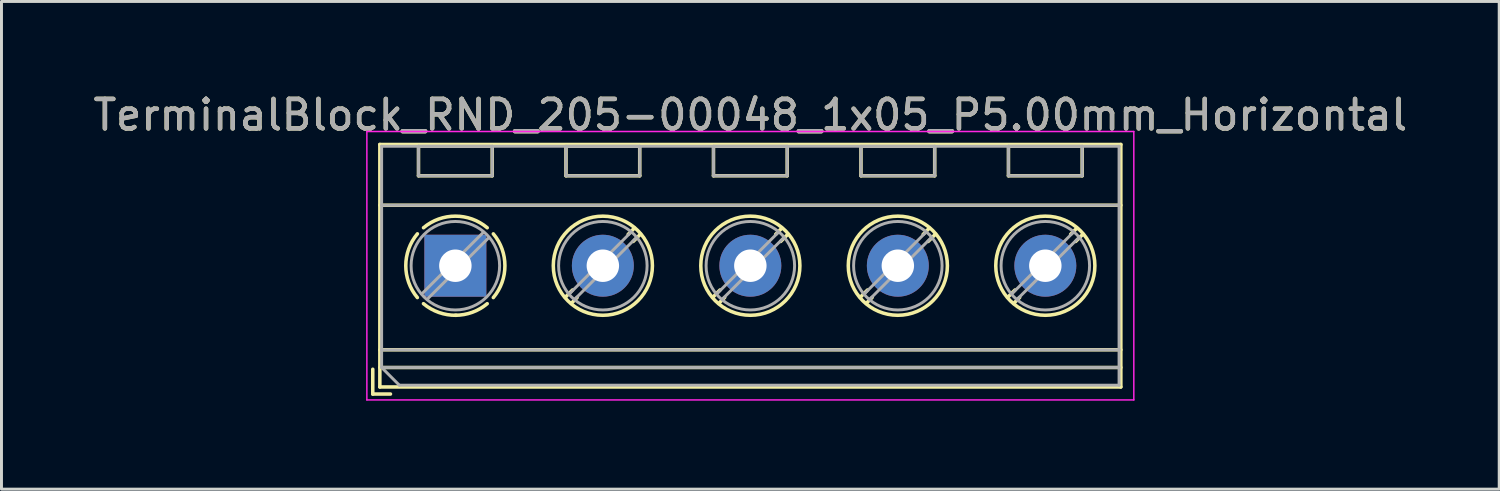
<source format=kicad_pcb>
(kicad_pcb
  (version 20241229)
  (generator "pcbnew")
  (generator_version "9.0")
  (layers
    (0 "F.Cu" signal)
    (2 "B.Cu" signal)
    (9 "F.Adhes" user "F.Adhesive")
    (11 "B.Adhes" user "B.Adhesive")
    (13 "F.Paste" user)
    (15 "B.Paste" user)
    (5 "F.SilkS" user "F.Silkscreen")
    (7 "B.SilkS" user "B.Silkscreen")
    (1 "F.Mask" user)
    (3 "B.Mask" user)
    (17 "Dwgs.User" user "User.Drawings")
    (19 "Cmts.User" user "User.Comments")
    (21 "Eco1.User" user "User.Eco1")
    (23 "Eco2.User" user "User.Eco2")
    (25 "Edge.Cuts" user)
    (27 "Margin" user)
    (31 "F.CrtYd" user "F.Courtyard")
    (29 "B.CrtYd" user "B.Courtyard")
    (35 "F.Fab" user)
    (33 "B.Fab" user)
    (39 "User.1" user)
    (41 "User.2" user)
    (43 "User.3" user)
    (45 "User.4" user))
  (footprint "TerminalBlock_RND_205-00048_1x05_P5.00mm_Horizontal"
    (layer "F.Cu")
    (at 12.387 5.958)
    (property "Reference" "TerminalBlock_RND_205-00048_1x05_P5.00mm_Horizontal" (at 10 -5.11 0) (layer "F.SilkS") (effects (font (size 1 1) (thickness 0.15))))
    (attr through_hole)
    (fp_line (start -2.8 3.51) (end -2.8 4.35) (stroke (width 0.12) (type solid)) (layer "F.SilkS"))
    (fp_line (start -2.8 4.35) (end -2.2 4.35) (stroke (width 0.12) (type solid)) (layer "F.SilkS"))
    (fp_line (start -2.56 -4.11) (end -2.56 4.11) (stroke (width 0.12) (type solid)) (layer "F.SilkS"))
    (fp_line (start -2.56 -4.11) (end 22.56 -4.11) (stroke (width 0.12) (type solid)) (layer "F.SilkS"))
    (fp_line (start -2.56 -2.05) (end 22.56 -2.05) (stroke (width 0.12) (type solid)) (layer "F.SilkS"))
    (fp_line (start -2.56 2.85) (end 22.56 2.85) (stroke (width 0.12) (type solid)) (layer "F.SilkS"))
    (fp_line (start -2.56 3.45) (end 22.56 3.45) (stroke (width 0.12) (type solid)) (layer "F.SilkS"))
    (fp_line (start -2.56 4.11) (end 22.56 4.11) (stroke (width 0.12) (type solid)) (layer "F.SilkS"))
    (fp_line (start -1.25 -4.05) (end -1.25 -3.05) (stroke (width 0.12) (type solid)) (layer "F.SilkS"))
    (fp_line (start -1.25 -4.05) (end 1.25 -4.05) (stroke (width 0.12) (type solid)) (layer "F.SilkS"))
    (fp_line (start -1.25 -3.05) (end 1.25 -3.05) (stroke (width 0.12) (type solid)) (layer "F.SilkS"))
    (fp_line (start 1.25 -4.05) (end 1.25 -3.05) (stroke (width 0.12) (type solid)) (layer "F.SilkS"))
    (fp_line (start 3.75 -4.05) (end 3.75 -3.05) (stroke (width 0.12) (type solid)) (layer "F.SilkS"))
    (fp_line (start 3.75 -4.05) (end 6.25 -4.05) (stroke (width 0.12) (type solid)) (layer "F.SilkS"))
    (fp_line (start 3.75 -3.05) (end 6.25 -3.05) (stroke (width 0.12) (type solid)) (layer "F.SilkS"))
    (fp_line (start 3.972 0.823) (end 3.726 1.069) (stroke (width 0.12) (type solid)) (layer "F.SilkS"))
    (fp_line (start 4.13 1.075) (end 3.931 1.274) (stroke (width 0.12) (type solid)) (layer "F.SilkS"))
    (fp_line (start 6.07 -1.275) (end 5.859 -1.064) (stroke (width 0.12) (type solid)) (layer "F.SilkS"))
    (fp_line (start 6.25 -4.05) (end 6.25 -3.05) (stroke (width 0.12) (type solid)) (layer "F.SilkS"))
    (fp_line (start 6.275 -1.069) (end 6.029 -0.823) (stroke (width 0.12) (type solid)) (layer "F.SilkS"))
    (fp_line (start 8.75 -4.05) (end 8.75 -3.05) (stroke (width 0.12) (type solid)) (layer "F.SilkS"))
    (fp_line (start 8.75 -4.05) (end 11.25 -4.05) (stroke (width 0.12) (type solid)) (layer "F.SilkS"))
    (fp_line (start 8.75 -3.05) (end 11.25 -3.05) (stroke (width 0.12) (type solid)) (layer "F.SilkS"))
    (fp_line (start 8.972 0.823) (end 8.726 1.069) (stroke (width 0.12) (type solid)) (layer "F.SilkS"))
    (fp_line (start 9.13 1.075) (end 8.931 1.274) (stroke (width 0.12) (type solid)) (layer "F.SilkS"))
    (fp_line (start 11.07 -1.275) (end 10.859 -1.064) (stroke (width 0.12) (type solid)) (layer "F.SilkS"))
    (fp_line (start 11.25 -4.05) (end 11.25 -3.05) (stroke (width 0.12) (type solid)) (layer "F.SilkS"))
    (fp_line (start 11.275 -1.069) (end 11.029 -0.823) (stroke (width 0.12) (type solid)) (layer "F.SilkS"))
    (fp_line (start 13.75 -4.05) (end 13.75 -3.05) (stroke (width 0.12) (type solid)) (layer "F.SilkS"))
    (fp_line (start 13.75 -4.05) (end 16.25 -4.05) (stroke (width 0.12) (type solid)) (layer "F.SilkS"))
    (fp_line (start 13.75 -3.05) (end 16.25 -3.05) (stroke (width 0.12) (type solid)) (layer "F.SilkS"))
    (fp_line (start 13.972 0.823) (end 13.726 1.069) (stroke (width 0.12) (type solid)) (layer "F.SilkS"))
    (fp_line (start 14.13 1.075) (end 13.931 1.274) (stroke (width 0.12) (type solid)) (layer "F.SilkS"))
    (fp_line (start 16.07 -1.275) (end 15.859 -1.064) (stroke (width 0.12) (type solid)) (layer "F.SilkS"))
    (fp_line (start 16.25 -4.05) (end 16.25 -3.05) (stroke (width 0.12) (type solid)) (layer "F.SilkS"))
    (fp_line (start 16.275 -1.069) (end 16.029 -0.823) (stroke (width 0.12) (type solid)) (layer "F.SilkS"))
    (fp_line (start 18.75 -4.05) (end 18.75 -3.05) (stroke (width 0.12) (type solid)) (layer "F.SilkS"))
    (fp_line (start 18.75 -4.05) (end 21.25 -4.05) (stroke (width 0.12) (type solid)) (layer "F.SilkS"))
    (fp_line (start 18.75 -3.05) (end 21.25 -3.05) (stroke (width 0.12) (type solid)) (layer "F.SilkS"))
    (fp_line (start 18.972 0.823) (end 18.726 1.069) (stroke (width 0.12) (type solid)) (layer "F.SilkS"))
    (fp_line (start 19.13 1.075) (end 18.931 1.274) (stroke (width 0.12) (type solid)) (layer "F.SilkS"))
    (fp_line (start 21.07 -1.275) (end 20.859 -1.064) (stroke (width 0.12) (type solid)) (layer "F.SilkS"))
    (fp_line (start 21.25 -4.05) (end 21.25 -3.05) (stroke (width 0.12) (type solid)) (layer "F.SilkS"))
    (fp_line (start 21.275 -1.069) (end 21.029 -0.823) (stroke (width 0.12) (type solid)) (layer "F.SilkS"))
    (fp_line (start 22.56 -4.11) (end 22.56 4.11) (stroke (width 0.12) (type solid)) (layer "F.SilkS"))
    (fp_arc (start -1.288062 1.079734) (mid -1.680752 -0.000826) (end -1.287 -1.081) (stroke (width 0.12) (type solid)) (layer "F.SilkS"))
    (fp_arc (start -1.079908 -1.287078) (mid 0.00006 -1.68011) (end 1.08 -1.287) (stroke (width 0.12) (type solid)) (layer "F.SilkS"))
    (fp_arc (start 0.028507 1.680511) (mid -0.561826 1.584071) (end -1.081 1.287) (stroke (width 0.12) (type solid)) (layer "F.SilkS"))
    (fp_arc (start 1.079883 1.286955) (mid 0.574594 1.578684) (end 0 1.68) (stroke (width 0.12) (type solid)) (layer "F.SilkS"))
    (fp_arc (start 1.287078 -1.079908) (mid 1.68011 0.00006) (end 1.287 1.08) (stroke (width 0.12) (type solid)) (layer "F.SilkS"))
    (fp_circle (center 5 0) (end 6.68 0) (stroke (width 0.12) (type solid)) (fill no) (layer "F.SilkS"))
    (fp_circle (center 10 0) (end 11.68 0) (stroke (width 0.12) (type solid)) (fill no) (layer "F.SilkS"))
    (fp_circle (center 15 0) (end 16.68 0) (stroke (width 0.12) (type solid)) (fill no) (layer "F.SilkS"))
    (fp_circle (center 20 0) (end 21.68 0) (stroke (width 0.12) (type solid)) (fill no) (layer "F.SilkS"))
    (fp_line (start -3 -4.55) (end -3 4.55) (stroke (width 0.05) (type solid)) (layer "F.CrtYd"))
    (fp_line (start -3 4.55) (end 23 4.55) (stroke (width 0.05) (type solid)) (layer "F.CrtYd"))
    (fp_line (start 23 -4.55) (end -3 -4.55) (stroke (width 0.05) (type solid)) (layer "F.CrtYd"))
    (fp_line (start 23 4.55) (end 23 -4.55) (stroke (width 0.05) (type solid)) (layer "F.CrtYd"))
    (fp_line (start -2.5 -4.05) (end 22.5 -4.05) (stroke (width 0.1) (type solid)) (layer "F.Fab"))
    (fp_line (start -2.5 -2.05) (end 22.5 -2.05) (stroke (width 0.1) (type solid)) (layer "F.Fab"))
    (fp_line (start -2.5 2.85) (end 22.5 2.85) (stroke (width 0.1) (type solid)) (layer "F.Fab"))
    (fp_line (start -2.5 3.45) (end -2.5 -4.05) (stroke (width 0.1) (type solid)) (layer "F.Fab"))
    (fp_line (start -2.5 3.45) (end 22.5 3.45) (stroke (width 0.1) (type solid)) (layer "F.Fab"))
    (fp_line (start -1.9 4.05) (end -2.5 3.45) (stroke (width 0.1) (type solid)) (layer "F.Fab"))
    (fp_line (start -1.25 -4.05) (end -1.25 -3.05) (stroke (width 0.1) (type solid)) (layer "F.Fab"))
    (fp_line (start -1.25 -3.05) (end 1.25 -3.05) (stroke (width 0.1) (type solid)) (layer "F.Fab"))
    (fp_line (start 0.955 -1.138) (end -1.138 0.955) (stroke (width 0.1) (type solid)) (layer "F.Fab"))
    (fp_line (start 1.138 -0.955) (end -0.955 1.138) (stroke (width 0.1) (type solid)) (layer "F.Fab"))
    (fp_line (start 1.25 -4.05) (end -1.25 -4.05) (stroke (width 0.1) (type solid)) (layer "F.Fab"))
    (fp_line (start 1.25 -3.05) (end 1.25 -4.05) (stroke (width 0.1) (type solid)) (layer "F.Fab"))
    (fp_line (start 3.75 -4.05) (end 3.75 -3.05) (stroke (width 0.1) (type solid)) (layer "F.Fab"))
    (fp_line (start 3.75 -3.05) (end 6.25 -3.05) (stroke (width 0.1) (type solid)) (layer "F.Fab"))
    (fp_line (start 5.955 -1.138) (end 3.863 0.955) (stroke (width 0.1) (type solid)) (layer "F.Fab"))
    (fp_line (start 6.138 -0.955) (end 4.046 1.138) (stroke (width 0.1) (type solid)) (layer "F.Fab"))
    (fp_line (start 6.25 -4.05) (end 3.75 -4.05) (stroke (width 0.1) (type solid)) (layer "F.Fab"))
    (fp_line (start 6.25 -3.05) (end 6.25 -4.05) (stroke (width 0.1) (type solid)) (layer "F.Fab"))
    (fp_line (start 8.75 -4.05) (end 8.75 -3.05) (stroke (width 0.1) (type solid)) (layer "F.Fab"))
    (fp_line (start 8.75 -3.05) (end 11.25 -3.05) (stroke (width 0.1) (type solid)) (layer "F.Fab"))
    (fp_line (start 10.955 -1.138) (end 8.863 0.955) (stroke (width 0.1) (type solid)) (layer "F.Fab"))
    (fp_line (start 11.138 -0.955) (end 9.046 1.138) (stroke (width 0.1) (type solid)) (layer "F.Fab"))
    (fp_line (start 11.25 -4.05) (end 8.75 -4.05) (stroke (width 0.1) (type solid)) (layer "F.Fab"))
    (fp_line (start 11.25 -3.05) (end 11.25 -4.05) (stroke (width 0.1) (type solid)) (layer "F.Fab"))
    (fp_line (start 13.75 -4.05) (end 13.75 -3.05) (stroke (width 0.1) (type solid)) (layer "F.Fab"))
    (fp_line (start 13.75 -3.05) (end 16.25 -3.05) (stroke (width 0.1) (type solid)) (layer "F.Fab"))
    (fp_line (start 15.955 -1.138) (end 13.863 0.955) (stroke (width 0.1) (type solid)) (layer "F.Fab"))
    (fp_line (start 16.138 -0.955) (end 14.046 1.138) (stroke (width 0.1) (type solid)) (layer "F.Fab"))
    (fp_line (start 16.25 -4.05) (end 13.75 -4.05) (stroke (width 0.1) (type solid)) (layer "F.Fab"))
    (fp_line (start 16.25 -3.05) (end 16.25 -4.05) (stroke (width 0.1) (type solid)) (layer "F.Fab"))
    (fp_line (start 18.75 -4.05) (end 18.75 -3.05) (stroke (width 0.1) (type solid)) (layer "F.Fab"))
    (fp_line (start 18.75 -3.05) (end 21.25 -3.05) (stroke (width 0.1) (type solid)) (layer "F.Fab"))
    (fp_line (start 20.955 -1.138) (end 18.863 0.955) (stroke (width 0.1) (type solid)) (layer "F.Fab"))
    (fp_line (start 21.138 -0.955) (end 19.046 1.138) (stroke (width 0.1) (type solid)) (layer "F.Fab"))
    (fp_line (start 21.25 -4.05) (end 18.75 -4.05) (stroke (width 0.1) (type solid)) (layer "F.Fab"))
    (fp_line (start 21.25 -3.05) (end 21.25 -4.05) (stroke (width 0.1) (type solid)) (layer "F.Fab"))
    (fp_line (start 22.5 -4.05) (end 22.5 4.05) (stroke (width 0.1) (type solid)) (layer "F.Fab"))
    (fp_line (start 22.5 4.05) (end -1.9 4.05) (stroke (width 0.1) (type solid)) (layer "F.Fab"))
    (fp_circle (center 0 0) (end 1.5 0) (stroke (width 0.1) (type solid)) (fill no) (layer "F.Fab"))
    (fp_circle (center 5 0) (end 6.5 0) (stroke (width 0.1) (type solid)) (fill no) (layer "F.Fab"))
    (fp_circle (center 10 0) (end 11.5 0) (stroke (width 0.1) (type solid)) (fill no) (layer "F.Fab"))
    (fp_circle (center 15 0) (end 16.5 0) (stroke (width 0.1) (type solid)) (fill no) (layer "F.Fab"))
    (fp_circle (center 20 0) (end 21.5 0) (stroke (width 0.1) (type solid)) (fill no) (layer "F.Fab"))
    (fp_text user "${REFERENCE}" (at 10 -5.11 0) (layer "F.Fab") (effects (font (size 1 1) (thickness 0.15))))
    (pad "1" thru_hole rect (at 0 0) (size 2.1 2.1) (drill 1.1) (layers "*.Cu" "*.Mask"))
    (pad "2" thru_hole circle (at 5 0) (size 2.1 2.1) (drill 1.1) (layers "*.Cu" "*.Mask"))
    (pad "3" thru_hole circle (at 10 0) (size 2.1 2.1) (drill 1.1) (layers "*.Cu" "*.Mask"))
    (pad "4" thru_hole circle (at 15 0) (size 2.1 2.1) (drill 1.1) (layers "*.Cu" "*.Mask"))
    (pad "5" thru_hole circle (at 20 0) (size 2.1 2.1) (drill 1.1) (layers "*.Cu" "*.Mask")))
  (gr_rect
    (start -3 -3)
    (end 47.774 13.533)
    (stroke (width 0.1) (type default))
    (fill no)
    (layer "Edge.Cuts")))
</source>
